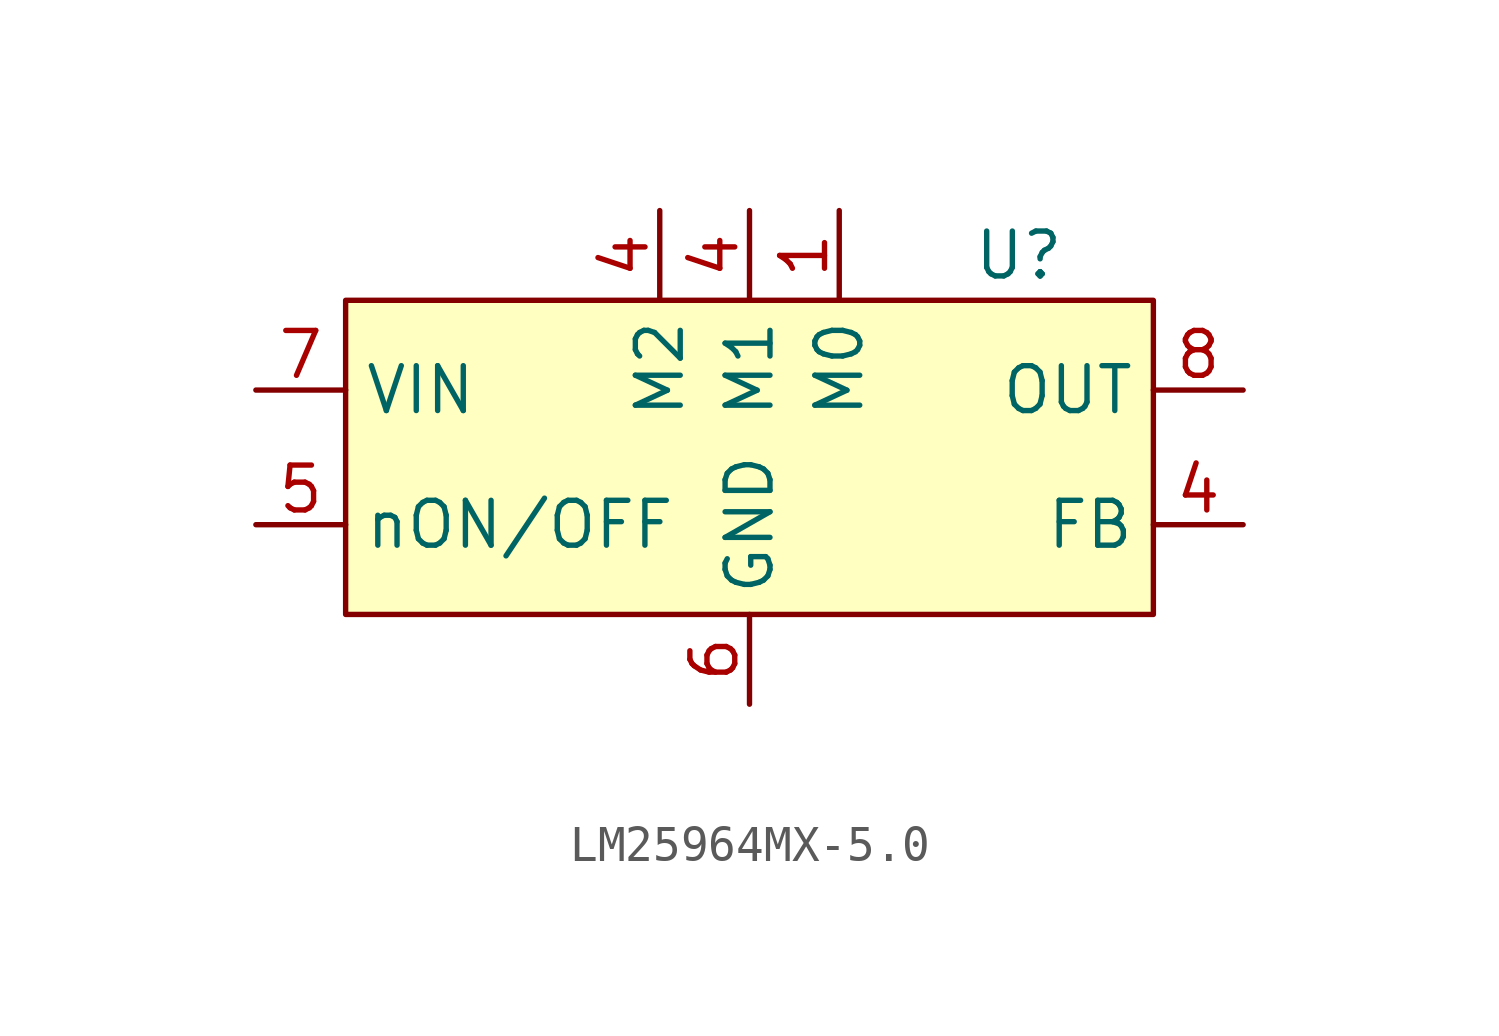
<source format=kicad_sym>
(kicad_symbol_lib
  (version 20231120)
  (generator "kicad_symbol_editor")
  (generator_version "8.0")
  (symbol "LM25964MX-5.0"
    (property "Reference" "U"
      (at 7.62 8.89 0)
      (effects (font (size 1.27 1.27))))
    (property "Value" ""
      (at 5.08 -5.08 0)
      (effects (font (size 1.27 1.27))))
    (symbol "LM25964MX-5.0_1_1"
      (rectangle (start -11.43 7.62) (end 11.43 -1.27) (stroke (width 0) (type default)) (fill (type background)))
      (pin input line (at 2.54 10.16 270) (length 2.54) (name "M0" (effects (font (size 1.27 1.27)))) (number "1" (effects (font (size 1.27 1.27)))))
      (pin input line (at 13.97 1.27 180) (length 2.54) (name "FB" (effects (font (size 1.27 1.27)))) (number "4" (effects (font (size 1.27 1.27)))))
      (pin input line (at 0 10.16 270) (length 2.54) (name "M1" (effects (font (size 1.27 1.27)))) (number "4" (effects (font (size 1.27 1.27)))))
      (pin input line (at -2.54 10.16 270) (length 2.54) (name "M2" (effects (font (size 1.27 1.27)))) (number "4" (effects (font (size 1.27 1.27)))))
      (pin input line (at -13.97 1.27 0) (length 2.54) (name "nON/OFF" (effects (font (size 1.27 1.27)))) (number "5" (effects (font (size 1.27 1.27)))))
      (pin input line (at 0 -3.81 90) (length 2.54) (name "GND" (effects (font (size 1.27 1.27)))) (number "6" (effects (font (size 1.27 1.27)))))
      (pin input line (at -13.97 5.08 0) (length 2.54) (name "VIN" (effects (font (size 1.27 1.27)))) (number "7" (effects (font (size 1.27 1.27)))))
      (pin input line (at 13.97 5.08 180) (length 2.54) (name "OUT" (effects (font (size 1.27 1.27)))) (number "8" (effects (font (size 1.27 1.27))))))))
</source>
